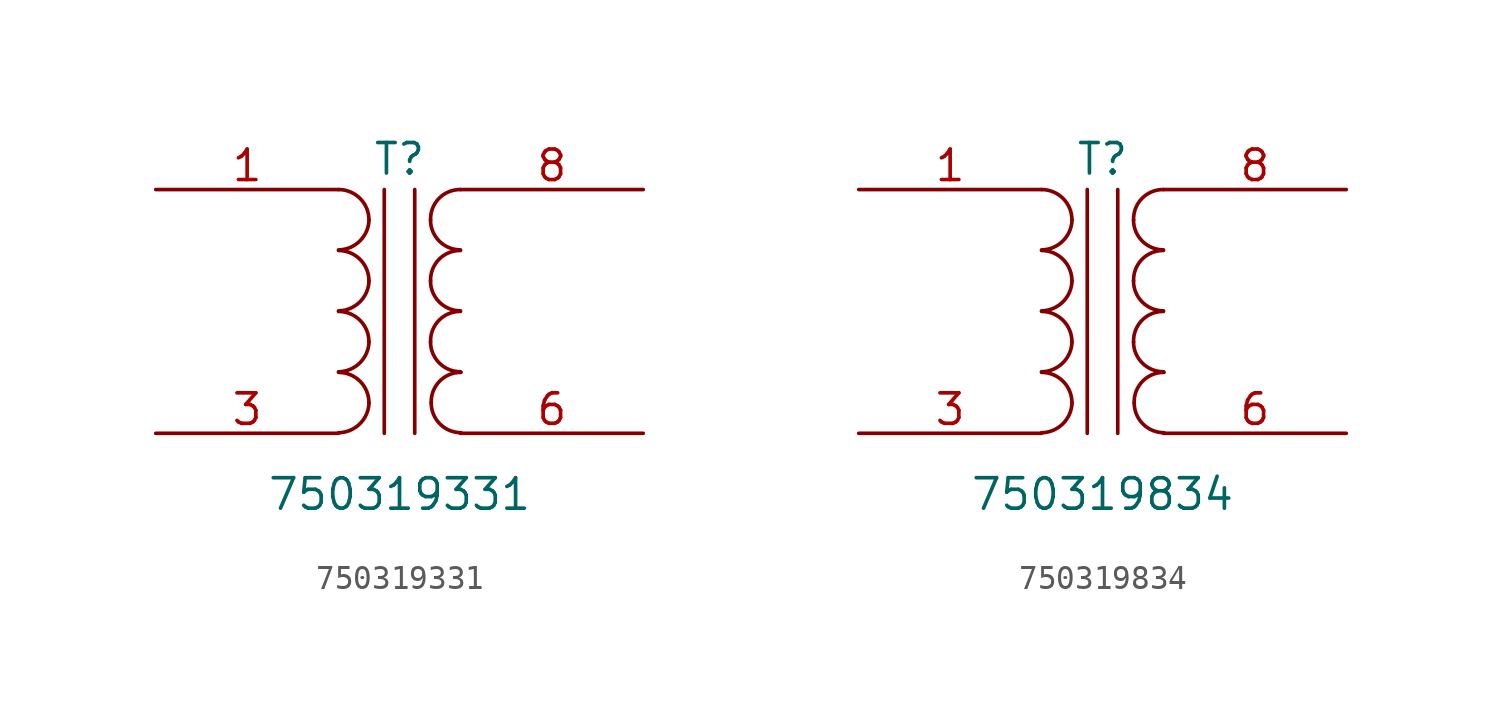
<source format=kicad_sym>
(kicad_symbol_lib
  (version 20231120)
  (generator "kicad_symbol_editor")
  (generator_version "8.0")
  (symbol "750319331"
    (pin_names
      (offset 1.016) hide)
    (property "Reference" "T"
      (at 0 6.35 0)
      (effects (font (size 1.27 1.27))))
    (property "Value" "750319331"
      (at 0 -7.62 0)
      (effects (font (size 1.27 1.27))))
    (symbol "750319331_0_1"
      (arc (start -2.54 -5.0546) (mid -1.6599 -4.6901) (end -1.27 -3.81) (stroke (width 0) (type default)) (fill (type none)))
      (arc (start -2.54 -2.5146) (mid -1.6599 -2.1501) (end -1.27 -1.27) (stroke (width 0) (type default)) (fill (type none)))
      (arc (start -2.54 0.0254) (mid -1.6599 0.3899) (end -1.27 1.27) (stroke (width 0) (type default)) (fill (type none)))
      (arc (start -2.54 2.5654) (mid -1.6599 2.9299) (end -1.27 3.81) (stroke (width 0) (type default)) (fill (type none)))
      (arc (start -1.27 -3.81) (mid -1.642 -2.912) (end -2.54 -2.54) (stroke (width 0) (type default)) (fill (type none)))
      (arc (start -1.27 -1.27) (mid -1.642 -0.372) (end -2.54 0) (stroke (width 0) (type default)) (fill (type none)))
      (arc (start -1.27 1.27) (mid -1.642 2.168) (end -2.54 2.54) (stroke (width 0) (type default)) (fill (type none)))
      (arc (start -1.27 3.81) (mid -1.642 4.708) (end -2.54 5.08) (stroke (width 0) (type default)) (fill (type none)))
      (polyline (pts (xy -0.635 5.08) (xy -0.635 -5.08)) (stroke (width 0) (type default)) (fill (type none)))
      (polyline (pts (xy 0.635 -5.08) (xy 0.635 5.08)) (stroke (width 0) (type default)) (fill (type none)))
      (arc (start 1.2954 -1.27) (mid 1.6599 -2.1501) (end 2.54 -2.5146) (stroke (width 0) (type default)) (fill (type none)))
      (arc (start 1.2954 1.27) (mid 1.6599 0.3899) (end 2.54 0.0254) (stroke (width 0) (type default)) (fill (type none)))
      (arc (start 1.2954 3.81) (mid 1.6599 2.9299) (end 2.54 2.5654) (stroke (width 0) (type default)) (fill (type none)))
      (arc (start 1.3208 -3.81) (mid 1.6853 -4.6901) (end 2.5654 -5.0546) (stroke (width 0) (type default)) (fill (type none)))
      (arc (start 2.54 0) (mid 1.642 -0.372) (end 1.2954 -1.27) (stroke (width 0) (type default)) (fill (type none)))
      (arc (start 2.54 2.54) (mid 1.642 2.168) (end 1.2954 1.27) (stroke (width 0) (type default)) (fill (type none)))
      (arc (start 2.54 5.08) (mid 1.642 4.708) (end 1.2954 3.81) (stroke (width 0) (type default)) (fill (type none)))
      (arc (start 2.5654 -2.54) (mid 1.6674 -2.912) (end 1.3208 -3.81) (stroke (width 0) (type default)) (fill (type none))))
    (symbol "750319331_1_1"
      (pin passive line (at -10.16 5.08 0) (length 7.62) (name "AA" (effects (font (size 1.27 1.27)))) (number "1" (effects (font (size 1.27 1.27)))))
      (pin no_connect non_logic (at -7.62 1.27 0) (length 2.54) hide (name "" (effects (font (size 1.27 1.27)))) (number "2" (effects (font (size 1.27 1.27)))))
      (pin passive line (at -10.16 -5.08 0) (length 7.62) (name "AB" (effects (font (size 1.27 1.27)))) (number "3" (effects (font (size 1.27 1.27)))))
      (pin no_connect non_logic (at -7.62 -2.54 0) (length 2.54) hide (name "" (effects (font (size 1.27 1.27)))) (number "4" (effects (font (size 1.27 1.27)))))
      (pin no_connect non_logic (at 6.35 1.27 180) (length 2.54) hide (name "" (effects (font (size 1.27 1.27)))) (number "5" (effects (font (size 1.27 1.27)))))
      (pin passive line (at 10.16 -5.08 180) (length 7.62) (name "SA" (effects (font (size 1.27 1.27)))) (number "6" (effects (font (size 1.27 1.27)))))
      (pin no_connect non_logic (at 6.35 -2.54 180) (length 2.54) hide (name "" (effects (font (size 1.27 1.27)))) (number "7" (effects (font (size 1.27 1.27)))))
      (pin passive line (at 10.16 5.08 180) (length 7.62) (name "SB" (effects (font (size 1.27 1.27)))) (number "8" (effects (font (size 1.27 1.27)))))))
  (symbol "750319834"
    (pin_names
      (offset 1.016) hide)
    (property "Reference" "T"
      (at 0 6.35 0)
      (effects (font (size 1.27 1.27))))
    (property "Value" "750319834"
      (at 0 -7.62 0)
      (effects (font (size 1.27 1.27))))
    (symbol "750319834_0_1"
      (arc (start -2.54 -5.0546) (mid -1.6599 -4.6901) (end -1.27 -3.81) (stroke (width 0) (type default)) (fill (type none)))
      (arc (start -2.54 -2.5146) (mid -1.6599 -2.1501) (end -1.27 -1.27) (stroke (width 0) (type default)) (fill (type none)))
      (arc (start -2.54 0.0254) (mid -1.6599 0.3899) (end -1.27 1.27) (stroke (width 0) (type default)) (fill (type none)))
      (arc (start -2.54 2.5654) (mid -1.6599 2.9299) (end -1.27 3.81) (stroke (width 0) (type default)) (fill (type none)))
      (arc (start -1.27 -3.81) (mid -1.642 -2.912) (end -2.54 -2.54) (stroke (width 0) (type default)) (fill (type none)))
      (arc (start -1.27 -1.27) (mid -1.642 -0.372) (end -2.54 0) (stroke (width 0) (type default)) (fill (type none)))
      (arc (start -1.27 1.27) (mid -1.642 2.168) (end -2.54 2.54) (stroke (width 0) (type default)) (fill (type none)))
      (arc (start -1.27 3.81) (mid -1.642 4.708) (end -2.54 5.08) (stroke (width 0) (type default)) (fill (type none)))
      (polyline (pts (xy -0.635 5.08) (xy -0.635 -5.08)) (stroke (width 0) (type default)) (fill (type none)))
      (polyline (pts (xy 0.635 -5.08) (xy 0.635 5.08)) (stroke (width 0) (type default)) (fill (type none)))
      (arc (start 1.2954 -1.27) (mid 1.6599 -2.1501) (end 2.54 -2.5146) (stroke (width 0) (type default)) (fill (type none)))
      (arc (start 1.2954 1.27) (mid 1.6599 0.3899) (end 2.54 0.0254) (stroke (width 0) (type default)) (fill (type none)))
      (arc (start 1.2954 3.81) (mid 1.6599 2.9299) (end 2.54 2.5654) (stroke (width 0) (type default)) (fill (type none)))
      (arc (start 1.3208 -3.81) (mid 1.6853 -4.6901) (end 2.5654 -5.0546) (stroke (width 0) (type default)) (fill (type none)))
      (arc (start 2.54 0) (mid 1.642 -0.372) (end 1.2954 -1.27) (stroke (width 0) (type default)) (fill (type none)))
      (arc (start 2.54 2.54) (mid 1.642 2.168) (end 1.2954 1.27) (stroke (width 0) (type default)) (fill (type none)))
      (arc (start 2.54 5.08) (mid 1.642 4.708) (end 1.2954 3.81) (stroke (width 0) (type default)) (fill (type none)))
      (arc (start 2.5654 -2.54) (mid 1.6674 -2.912) (end 1.3208 -3.81) (stroke (width 0) (type default)) (fill (type none))))
    (symbol "750319834_1_1"
      (pin passive line (at -10.16 5.08 0) (length 7.62) (name "AA" (effects (font (size 1.27 1.27)))) (number "1" (effects (font (size 1.27 1.27)))))
      (pin no_connect non_logic (at -7.62 1.27 0) (length 2.54) hide (name "" (effects (font (size 1.27 1.27)))) (number "2" (effects (font (size 1.27 1.27)))))
      (pin passive line (at -10.16 -5.08 0) (length 7.62) (name "AB" (effects (font (size 1.27 1.27)))) (number "3" (effects (font (size 1.27 1.27)))))
      (pin no_connect non_logic (at -7.62 -2.54 0) (length 2.54) hide (name "" (effects (font (size 1.27 1.27)))) (number "4" (effects (font (size 1.27 1.27)))))
      (pin no_connect non_logic (at 6.35 1.27 180) (length 2.54) hide (name "" (effects (font (size 1.27 1.27)))) (number "5" (effects (font (size 1.27 1.27)))))
      (pin passive line (at 10.16 -5.08 180) (length 7.62) (name "SA" (effects (font (size 1.27 1.27)))) (number "6" (effects (font (size 1.27 1.27)))))
      (pin no_connect non_logic (at 6.35 -2.54 180) (length 2.54) hide (name "" (effects (font (size 1.27 1.27)))) (number "7" (effects (font (size 1.27 1.27)))))
      (pin passive line (at 10.16 5.08 180) (length 7.62) (name "SB" (effects (font (size 1.27 1.27)))) (number "8" (effects (font (size 1.27 1.27))))))))
</source>
